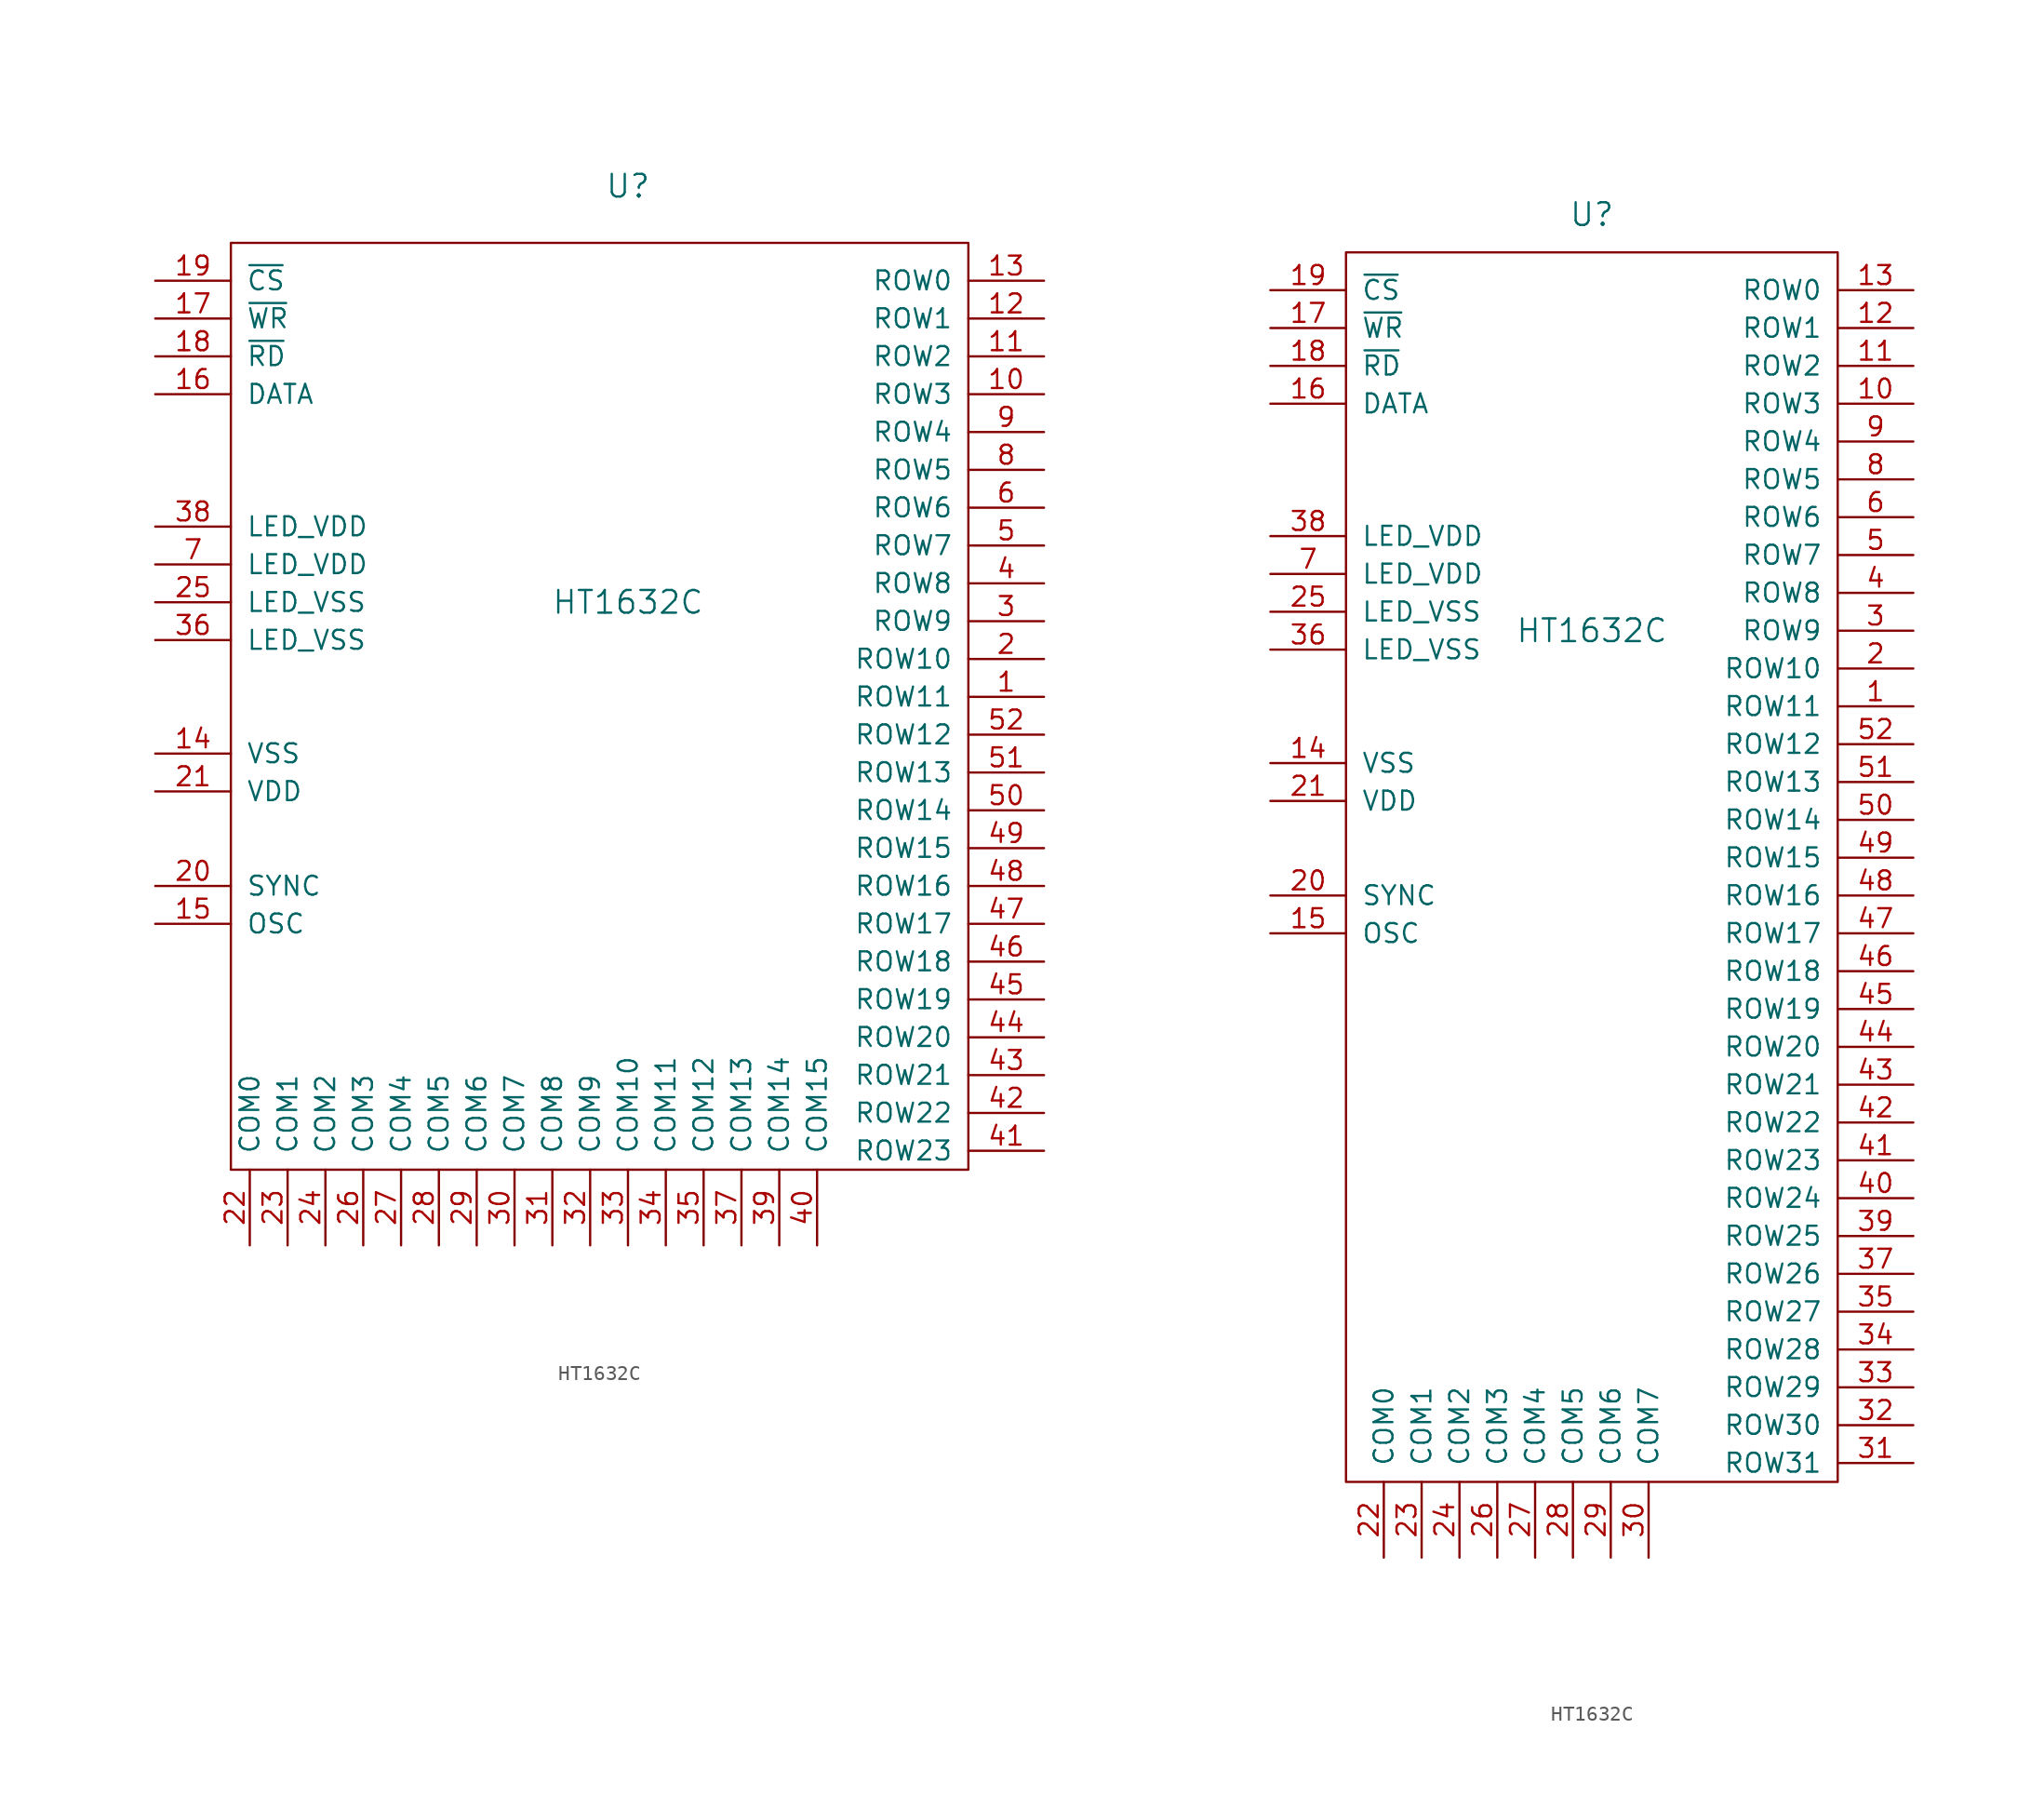
<source format=kicad_sym>
(kicad_symbol_lib
  (version 20231120)
  (generator "kicad_symbol_editor")
  (generator_version "8.0")
  (symbol "HT1632C"
    (pin_names
      (offset 1.016))
    (property "Reference" "U"
      (at 0 27.94 0)
      (effects (font (size 1.524 1.524))))
    (property "Value" "HT1632C"
      (at 0 0 0)
      (effects (font (size 1.524 1.524))))
    (property "Footprint" ""
      (at -7.62 6.35 0)
      (effects (font (size 1.524 1.524))))
    (property "Datasheet" ""
      (at -7.62 6.35 0)
      (effects (font (size 1.524 1.524))))
    (symbol "HT1632C_0_1"
      (rectangle (start -26.67 24.13) (end 22.86 -38.1) (stroke (width 0) (type solid)) (fill (type none))))
    (symbol "HT1632C_0_2"
      (rectangle (start 16.51 -57.15) (end -16.51 25.4) (stroke (width 0) (type solid)) (fill (type none))))
    (symbol "HT1632C_1_1"
      (pin output line (at 27.94 -6.35 180) (length 5.08) (name "ROW11" (effects (font (size 1.27 1.27)))) (number "1" (effects (font (size 1.27 1.27)))))
      (pin output line (at 27.94 13.97 180) (length 5.08) (name "ROW3" (effects (font (size 1.27 1.27)))) (number "10" (effects (font (size 1.27 1.27)))))
      (pin output line (at 27.94 16.51 180) (length 5.08) (name "ROW2" (effects (font (size 1.27 1.27)))) (number "11" (effects (font (size 1.27 1.27)))))
      (pin output line (at 27.94 19.05 180) (length 5.08) (name "ROW1" (effects (font (size 1.27 1.27)))) (number "12" (effects (font (size 1.27 1.27)))))
      (pin output line (at 27.94 21.59 180) (length 5.08) (name "ROW0" (effects (font (size 1.27 1.27)))) (number "13" (effects (font (size 1.27 1.27)))))
      (pin power_in line (at -31.75 -10.16 0) (length 5.08) (name "VSS" (effects (font (size 1.27 1.27)))) (number "14" (effects (font (size 1.27 1.27)))))
      (pin bidirectional line (at -31.75 -21.59 0) (length 5.08) (name "OSC" (effects (font (size 1.27 1.27)))) (number "15" (effects (font (size 1.27 1.27)))))
      (pin bidirectional line (at -31.75 13.97 0) (length 5.08) (name "DATA" (effects (font (size 1.27 1.27)))) (number "16" (effects (font (size 1.27 1.27)))))
      (pin input line (at -31.75 19.05 0) (length 5.08) (name "~{WR}" (effects (font (size 1.27 1.27)))) (number "17" (effects (font (size 1.27 1.27)))))
      (pin input line (at -31.75 16.51 0) (length 5.08) (name "~{RD}" (effects (font (size 1.27 1.27)))) (number "18" (effects (font (size 1.27 1.27)))))
      (pin input line (at -31.75 21.59 0) (length 5.08) (name "~{CS}" (effects (font (size 1.27 1.27)))) (number "19" (effects (font (size 1.27 1.27)))))
      (pin output line (at 27.94 -3.81 180) (length 5.08) (name "ROW10" (effects (font (size 1.27 1.27)))) (number "2" (effects (font (size 1.27 1.27)))))
      (pin bidirectional line (at -31.75 -19.05 0) (length 5.08) (name "SYNC" (effects (font (size 1.27 1.27)))) (number "20" (effects (font (size 1.27 1.27)))))
      (pin power_in line (at -31.75 -12.7 0) (length 5.08) (name "VDD" (effects (font (size 1.27 1.27)))) (number "21" (effects (font (size 1.27 1.27)))))
      (pin output line (at -25.4 -43.18 90) (length 5.08) (name "COM0" (effects (font (size 1.27 1.27)))) (number "22" (effects (font (size 1.27 1.27)))))
      (pin output line (at -22.86 -43.18 90) (length 5.08) (name "COM1" (effects (font (size 1.27 1.27)))) (number "23" (effects (font (size 1.27 1.27)))))
      (pin output line (at -20.32 -43.18 90) (length 5.08) (name "COM2" (effects (font (size 1.27 1.27)))) (number "24" (effects (font (size 1.27 1.27)))))
      (pin power_in line (at -31.75 0 0) (length 5.08) (name "LED_VSS" (effects (font (size 1.27 1.27)))) (number "25" (effects (font (size 1.27 1.27)))))
      (pin output line (at -17.78 -43.18 90) (length 5.08) (name "COM3" (effects (font (size 1.27 1.27)))) (number "26" (effects (font (size 1.27 1.27)))))
      (pin output line (at -15.24 -43.18 90) (length 5.08) (name "COM4" (effects (font (size 1.27 1.27)))) (number "27" (effects (font (size 1.27 1.27)))))
      (pin output line (at -12.7 -43.18 90) (length 5.08) (name "COM5" (effects (font (size 1.27 1.27)))) (number "28" (effects (font (size 1.27 1.27)))))
      (pin output line (at -10.16 -43.18 90) (length 5.08) (name "COM6" (effects (font (size 1.27 1.27)))) (number "29" (effects (font (size 1.27 1.27)))))
      (pin output line (at 27.94 -1.27 180) (length 5.08) (name "ROW9" (effects (font (size 1.27 1.27)))) (number "3" (effects (font (size 1.27 1.27)))))
      (pin output line (at -7.62 -43.18 90) (length 5.08) (name "COM7" (effects (font (size 1.27 1.27)))) (number "30" (effects (font (size 1.27 1.27)))))
      (pin output line (at -5.08 -43.18 90) (length 5.08) (name "COM8" (effects (font (size 1.27 1.27)))) (number "31" (effects (font (size 1.27 1.27)))))
      (pin output line (at -2.54 -43.18 90) (length 5.08) (name "COM9" (effects (font (size 1.27 1.27)))) (number "32" (effects (font (size 1.27 1.27)))))
      (pin output line (at 0 -43.18 90) (length 5.08) (name "COM10" (effects (font (size 1.27 1.27)))) (number "33" (effects (font (size 1.27 1.27)))))
      (pin output line (at 2.54 -43.18 90) (length 5.08) (name "COM11" (effects (font (size 1.27 1.27)))) (number "34" (effects (font (size 1.27 1.27)))))
      (pin output line (at 5.08 -43.18 90) (length 5.08) (name "COM12" (effects (font (size 1.27 1.27)))) (number "35" (effects (font (size 1.27 1.27)))))
      (pin power_in line (at -31.75 -2.54 0) (length 5.08) (name "LED_VSS" (effects (font (size 1.27 1.27)))) (number "36" (effects (font (size 1.27 1.27)))))
      (pin output line (at 7.62 -43.18 90) (length 5.08) (name "COM13" (effects (font (size 1.27 1.27)))) (number "37" (effects (font (size 1.27 1.27)))))
      (pin power_in line (at -31.75 5.08 0) (length 5.08) (name "LED_VDD" (effects (font (size 1.27 1.27)))) (number "38" (effects (font (size 1.27 1.27)))))
      (pin output line (at 10.16 -43.18 90) (length 5.08) (name "COM14" (effects (font (size 1.27 1.27)))) (number "39" (effects (font (size 1.27 1.27)))))
      (pin output line (at 27.94 1.27 180) (length 5.08) (name "ROW8" (effects (font (size 1.27 1.27)))) (number "4" (effects (font (size 1.27 1.27)))))
      (pin output line (at 12.7 -43.18 90) (length 5.08) (name "COM15" (effects (font (size 1.27 1.27)))) (number "40" (effects (font (size 1.27 1.27)))))
      (pin output line (at 27.94 -36.83 180) (length 5.08) (name "ROW23" (effects (font (size 1.27 1.27)))) (number "41" (effects (font (size 1.27 1.27)))))
      (pin output line (at 27.94 -34.29 180) (length 5.08) (name "ROW22" (effects (font (size 1.27 1.27)))) (number "42" (effects (font (size 1.27 1.27)))))
      (pin output line (at 27.94 -31.75 180) (length 5.08) (name "ROW21" (effects (font (size 1.27 1.27)))) (number "43" (effects (font (size 1.27 1.27)))))
      (pin output line (at 27.94 -29.21 180) (length 5.08) (name "ROW20" (effects (font (size 1.27 1.27)))) (number "44" (effects (font (size 1.27 1.27)))))
      (pin output line (at 27.94 -26.67 180) (length 5.08) (name "ROW19" (effects (font (size 1.27 1.27)))) (number "45" (effects (font (size 1.27 1.27)))))
      (pin output line (at 27.94 -24.13 180) (length 5.08) (name "ROW18" (effects (font (size 1.27 1.27)))) (number "46" (effects (font (size 1.27 1.27)))))
      (pin output line (at 27.94 -21.59 180) (length 5.08) (name "ROW17" (effects (font (size 1.27 1.27)))) (number "47" (effects (font (size 1.27 1.27)))))
      (pin output line (at 27.94 -19.05 180) (length 5.08) (name "ROW16" (effects (font (size 1.27 1.27)))) (number "48" (effects (font (size 1.27 1.27)))))
      (pin output line (at 27.94 -16.51 180) (length 5.08) (name "ROW15" (effects (font (size 1.27 1.27)))) (number "49" (effects (font (size 1.27 1.27)))))
      (pin output line (at 27.94 3.81 180) (length 5.08) (name "ROW7" (effects (font (size 1.27 1.27)))) (number "5" (effects (font (size 1.27 1.27)))))
      (pin output line (at 27.94 -13.97 180) (length 5.08) (name "ROW14" (effects (font (size 1.27 1.27)))) (number "50" (effects (font (size 1.27 1.27)))))
      (pin output line (at 27.94 -11.43 180) (length 5.08) (name "ROW13" (effects (font (size 1.27 1.27)))) (number "51" (effects (font (size 1.27 1.27)))))
      (pin output line (at 27.94 -8.89 180) (length 5.08) (name "ROW12" (effects (font (size 1.27 1.27)))) (number "52" (effects (font (size 1.27 1.27)))))
      (pin output line (at 27.94 6.35 180) (length 5.08) (name "ROW6" (effects (font (size 1.27 1.27)))) (number "6" (effects (font (size 1.27 1.27)))))
      (pin power_in line (at -31.75 2.54 0) (length 5.08) (name "LED_VDD" (effects (font (size 1.27 1.27)))) (number "7" (effects (font (size 1.27 1.27)))))
      (pin output line (at 27.94 8.89 180) (length 5.08) (name "ROW5" (effects (font (size 1.27 1.27)))) (number "8" (effects (font (size 1.27 1.27)))))
      (pin output line (at 27.94 11.43 180) (length 5.08) (name "ROW4" (effects (font (size 1.27 1.27)))) (number "9" (effects (font (size 1.27 1.27))))))
    (symbol "HT1632C_1_2"
      (pin output line (at 21.59 -5.08 180) (length 5.08) (name "ROW11" (effects (font (size 1.27 1.27)))) (number "1" (effects (font (size 1.27 1.27)))))
      (pin output line (at 21.59 15.24 180) (length 5.08) (name "ROW3" (effects (font (size 1.27 1.27)))) (number "10" (effects (font (size 1.27 1.27)))))
      (pin output line (at 21.59 17.78 180) (length 5.08) (name "ROW2" (effects (font (size 1.27 1.27)))) (number "11" (effects (font (size 1.27 1.27)))))
      (pin output line (at 21.59 20.32 180) (length 5.08) (name "ROW1" (effects (font (size 1.27 1.27)))) (number "12" (effects (font (size 1.27 1.27)))))
      (pin output line (at 21.59 22.86 180) (length 5.08) (name "ROW0" (effects (font (size 1.27 1.27)))) (number "13" (effects (font (size 1.27 1.27)))))
      (pin power_in line (at -21.59 -8.89 0) (length 5.08) (name "VSS" (effects (font (size 1.27 1.27)))) (number "14" (effects (font (size 1.27 1.27)))))
      (pin bidirectional line (at -21.59 -20.32 0) (length 5.08) (name "OSC" (effects (font (size 1.27 1.27)))) (number "15" (effects (font (size 1.27 1.27)))))
      (pin bidirectional line (at -21.59 15.24 0) (length 5.08) (name "DATA" (effects (font (size 1.27 1.27)))) (number "16" (effects (font (size 1.27 1.27)))))
      (pin input line (at -21.59 20.32 0) (length 5.08) (name "~{WR}" (effects (font (size 1.27 1.27)))) (number "17" (effects (font (size 1.27 1.27)))))
      (pin input line (at -21.59 17.78 0) (length 5.08) (name "~{RD}" (effects (font (size 1.27 1.27)))) (number "18" (effects (font (size 1.27 1.27)))))
      (pin input line (at -21.59 22.86 0) (length 5.08) (name "~{CS}" (effects (font (size 1.27 1.27)))) (number "19" (effects (font (size 1.27 1.27)))))
      (pin output line (at 21.59 -2.54 180) (length 5.08) (name "ROW10" (effects (font (size 1.27 1.27)))) (number "2" (effects (font (size 1.27 1.27)))))
      (pin bidirectional line (at -21.59 -17.78 0) (length 5.08) (name "SYNC" (effects (font (size 1.27 1.27)))) (number "20" (effects (font (size 1.27 1.27)))))
      (pin power_in line (at -21.59 -11.43 0) (length 5.08) (name "VDD" (effects (font (size 1.27 1.27)))) (number "21" (effects (font (size 1.27 1.27)))))
      (pin output line (at -13.97 -62.23 90) (length 5.08) (name "COM0" (effects (font (size 1.27 1.27)))) (number "22" (effects (font (size 1.27 1.27)))))
      (pin output line (at -11.43 -62.23 90) (length 5.08) (name "COM1" (effects (font (size 1.27 1.27)))) (number "23" (effects (font (size 1.27 1.27)))))
      (pin output line (at -8.89 -62.23 90) (length 5.08) (name "COM2" (effects (font (size 1.27 1.27)))) (number "24" (effects (font (size 1.27 1.27)))))
      (pin power_in line (at -21.59 1.27 0) (length 5.08) (name "LED_VSS" (effects (font (size 1.27 1.27)))) (number "25" (effects (font (size 1.27 1.27)))))
      (pin output line (at -6.35 -62.23 90) (length 5.08) (name "COM3" (effects (font (size 1.27 1.27)))) (number "26" (effects (font (size 1.27 1.27)))))
      (pin output line (at -3.81 -62.23 90) (length 5.08) (name "COM4" (effects (font (size 1.27 1.27)))) (number "27" (effects (font (size 1.27 1.27)))))
      (pin output line (at -1.27 -62.23 90) (length 5.08) (name "COM5" (effects (font (size 1.27 1.27)))) (number "28" (effects (font (size 1.27 1.27)))))
      (pin output line (at 1.27 -62.23 90) (length 5.08) (name "COM6" (effects (font (size 1.27 1.27)))) (number "29" (effects (font (size 1.27 1.27)))))
      (pin output line (at 21.59 0 180) (length 5.08) (name "ROW9" (effects (font (size 1.27 1.27)))) (number "3" (effects (font (size 1.27 1.27)))))
      (pin output line (at 3.81 -62.23 90) (length 5.08) (name "COM7" (effects (font (size 1.27 1.27)))) (number "30" (effects (font (size 1.27 1.27)))))
      (pin output line (at 21.59 -55.88 180) (length 5.08) (name "ROW31" (effects (font (size 1.27 1.27)))) (number "31" (effects (font (size 1.27 1.27)))))
      (pin output line (at 21.59 -53.34 180) (length 5.08) (name "ROW30" (effects (font (size 1.27 1.27)))) (number "32" (effects (font (size 1.27 1.27)))))
      (pin output line (at 21.59 -50.8 180) (length 5.08) (name "ROW29" (effects (font (size 1.27 1.27)))) (number "33" (effects (font (size 1.27 1.27)))))
      (pin output line (at 21.59 -48.26 180) (length 5.08) (name "ROW28" (effects (font (size 1.27 1.27)))) (number "34" (effects (font (size 1.27 1.27)))))
      (pin output line (at 21.59 -45.72 180) (length 5.08) (name "ROW27" (effects (font (size 1.27 1.27)))) (number "35" (effects (font (size 1.27 1.27)))))
      (pin power_in line (at -21.59 -1.27 0) (length 5.08) (name "LED_VSS" (effects (font (size 1.27 1.27)))) (number "36" (effects (font (size 1.27 1.27)))))
      (pin output line (at 21.59 -43.18 180) (length 5.08) (name "ROW26" (effects (font (size 1.27 1.27)))) (number "37" (effects (font (size 1.27 1.27)))))
      (pin power_in line (at -21.59 6.35 0) (length 5.08) (name "LED_VDD" (effects (font (size 1.27 1.27)))) (number "38" (effects (font (size 1.27 1.27)))))
      (pin output line (at 21.59 -40.64 180) (length 5.08) (name "ROW25" (effects (font (size 1.27 1.27)))) (number "39" (effects (font (size 1.27 1.27)))))
      (pin output line (at 21.59 2.54 180) (length 5.08) (name "ROW8" (effects (font (size 1.27 1.27)))) (number "4" (effects (font (size 1.27 1.27)))))
      (pin output line (at 21.59 -38.1 180) (length 5.08) (name "ROW24" (effects (font (size 1.27 1.27)))) (number "40" (effects (font (size 1.27 1.27)))))
      (pin output line (at 21.59 -35.56 180) (length 5.08) (name "ROW23" (effects (font (size 1.27 1.27)))) (number "41" (effects (font (size 1.27 1.27)))))
      (pin output line (at 21.59 -33.02 180) (length 5.08) (name "ROW22" (effects (font (size 1.27 1.27)))) (number "42" (effects (font (size 1.27 1.27)))))
      (pin output line (at 21.59 -30.48 180) (length 5.08) (name "ROW21" (effects (font (size 1.27 1.27)))) (number "43" (effects (font (size 1.27 1.27)))))
      (pin output line (at 21.59 -27.94 180) (length 5.08) (name "ROW20" (effects (font (size 1.27 1.27)))) (number "44" (effects (font (size 1.27 1.27)))))
      (pin output line (at 21.59 -25.4 180) (length 5.08) (name "ROW19" (effects (font (size 1.27 1.27)))) (number "45" (effects (font (size 1.27 1.27)))))
      (pin output line (at 21.59 -22.86 180) (length 5.08) (name "ROW18" (effects (font (size 1.27 1.27)))) (number "46" (effects (font (size 1.27 1.27)))))
      (pin output line (at 21.59 -20.32 180) (length 5.08) (name "ROW17" (effects (font (size 1.27 1.27)))) (number "47" (effects (font (size 1.27 1.27)))))
      (pin output line (at 21.59 -17.78 180) (length 5.08) (name "ROW16" (effects (font (size 1.27 1.27)))) (number "48" (effects (font (size 1.27 1.27)))))
      (pin output line (at 21.59 -15.24 180) (length 5.08) (name "ROW15" (effects (font (size 1.27 1.27)))) (number "49" (effects (font (size 1.27 1.27)))))
      (pin output line (at 21.59 5.08 180) (length 5.08) (name "ROW7" (effects (font (size 1.27 1.27)))) (number "5" (effects (font (size 1.27 1.27)))))
      (pin output line (at 21.59 -12.7 180) (length 5.08) (name "ROW14" (effects (font (size 1.27 1.27)))) (number "50" (effects (font (size 1.27 1.27)))))
      (pin output line (at 21.59 -10.16 180) (length 5.08) (name "ROW13" (effects (font (size 1.27 1.27)))) (number "51" (effects (font (size 1.27 1.27)))))
      (pin output line (at 21.59 -7.62 180) (length 5.08) (name "ROW12" (effects (font (size 1.27 1.27)))) (number "52" (effects (font (size 1.27 1.27)))))
      (pin output line (at 21.59 7.62 180) (length 5.08) (name "ROW6" (effects (font (size 1.27 1.27)))) (number "6" (effects (font (size 1.27 1.27)))))
      (pin power_in line (at -21.59 3.81 0) (length 5.08) (name "LED_VDD" (effects (font (size 1.27 1.27)))) (number "7" (effects (font (size 1.27 1.27)))))
      (pin output line (at 21.59 10.16 180) (length 5.08) (name "ROW5" (effects (font (size 1.27 1.27)))) (number "8" (effects (font (size 1.27 1.27)))))
      (pin output line (at 21.59 12.7 180) (length 5.08) (name "ROW4" (effects (font (size 1.27 1.27)))) (number "9" (effects (font (size 1.27 1.27))))))))
</source>
